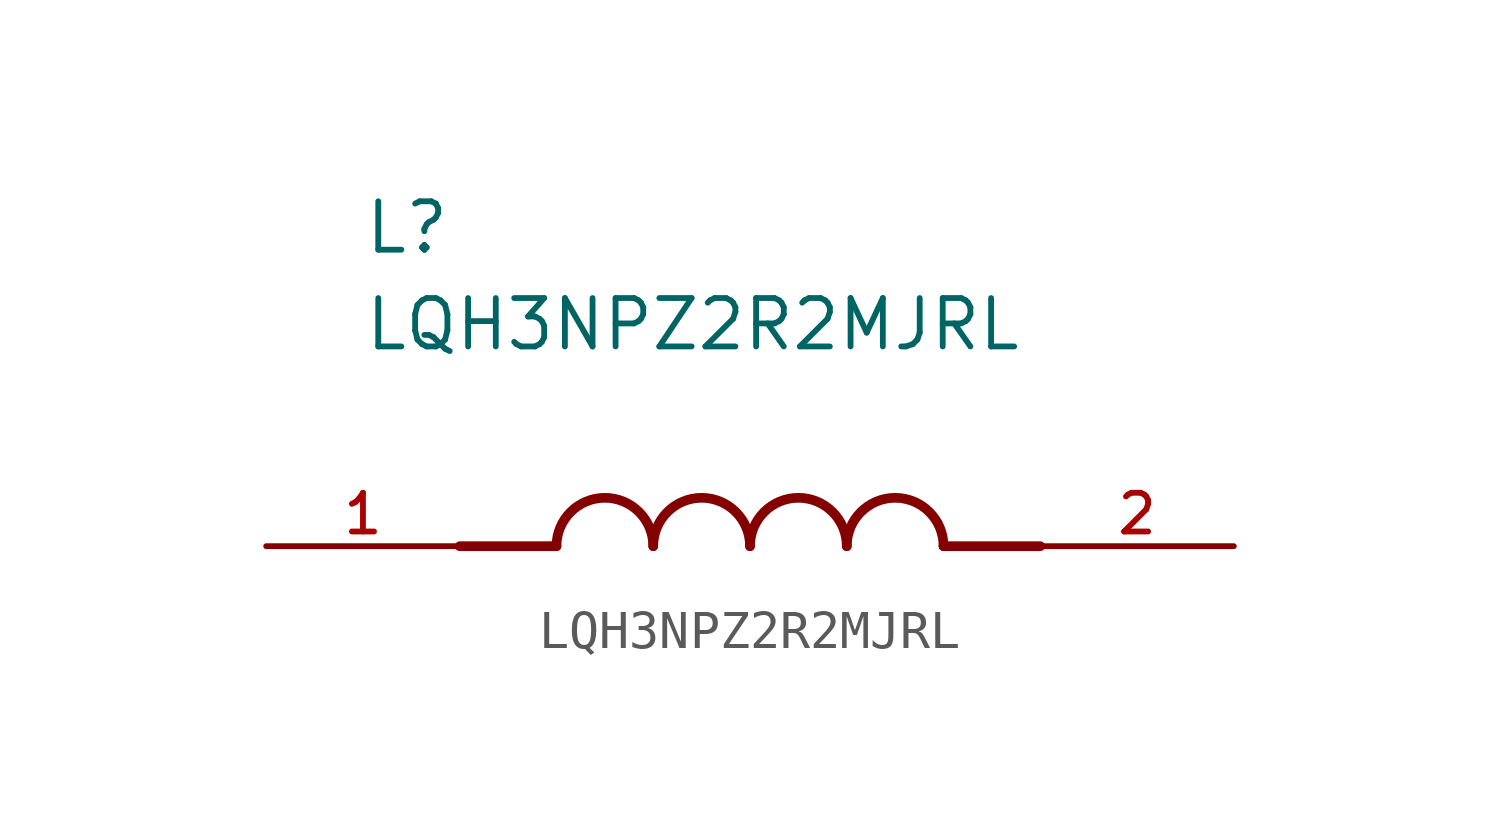
<source format=kicad_sym>
(kicad_symbol_lib
  (version 20211014)
  (generator kicad_symbol_editor)
  (symbol "LQH3NPZ2R2MJRL"
    (pin_names
      (offset 1.016))
    (property "Reference" "L"
      (at -10.16 7.62 0)
      (effects (font (size 1.27 1.27)) (justify bottom left)))
    (property "Value" "LQH3NPZ2R2MJRL"
      (at -10.16 5.08 0)
      (effects (font (size 1.27 1.27)) (justify bottom left)))
    (symbol "LQH3NPZ2R2MJRL_0_0"
      (polyline (pts (xy -5.08 0.0) (xy -7.62 0.0)) (stroke (width 0.254)))
      (polyline (pts (xy 5.08 0.0) (xy 7.62 0.0)) (stroke (width 0.254)))
      (arc (start -2.54 0.0) (mid -3.81 1.27) (end -5.08 0.0) (stroke (width 0.254) (type default) (color 0 0 0 0)) (fill (type none)))
      (arc (start 0.0 0.0) (mid -1.27 1.27) (end -2.54 0.0) (stroke (width 0.254) (type default) (color 0 0 0 0)) (fill (type none)))
      (arc (start 2.54 0.0) (mid 1.27 1.27) (end 0.0 0.0) (stroke (width 0.254) (type default) (color 0 0 0 0)) (fill (type none)))
      (arc (start 5.08 0.0) (mid 3.81 1.27) (end 2.54 0.0) (stroke (width 0.254) (type default) (color 0 0 0 0)) (fill (type none)))
      (pin passive line (at -12.7 0.0 0) (length 5.08) (name "~" (effects (font (size 1.016 1.016)))) (number "1" (effects (font (size 1.016 1.016)))))
      (pin passive line (at 12.7 0.0 180.0) (length 5.08) (name "~" (effects (font (size 1.016 1.016)))) (number "2" (effects (font (size 1.016 1.016))))))))
</source>
